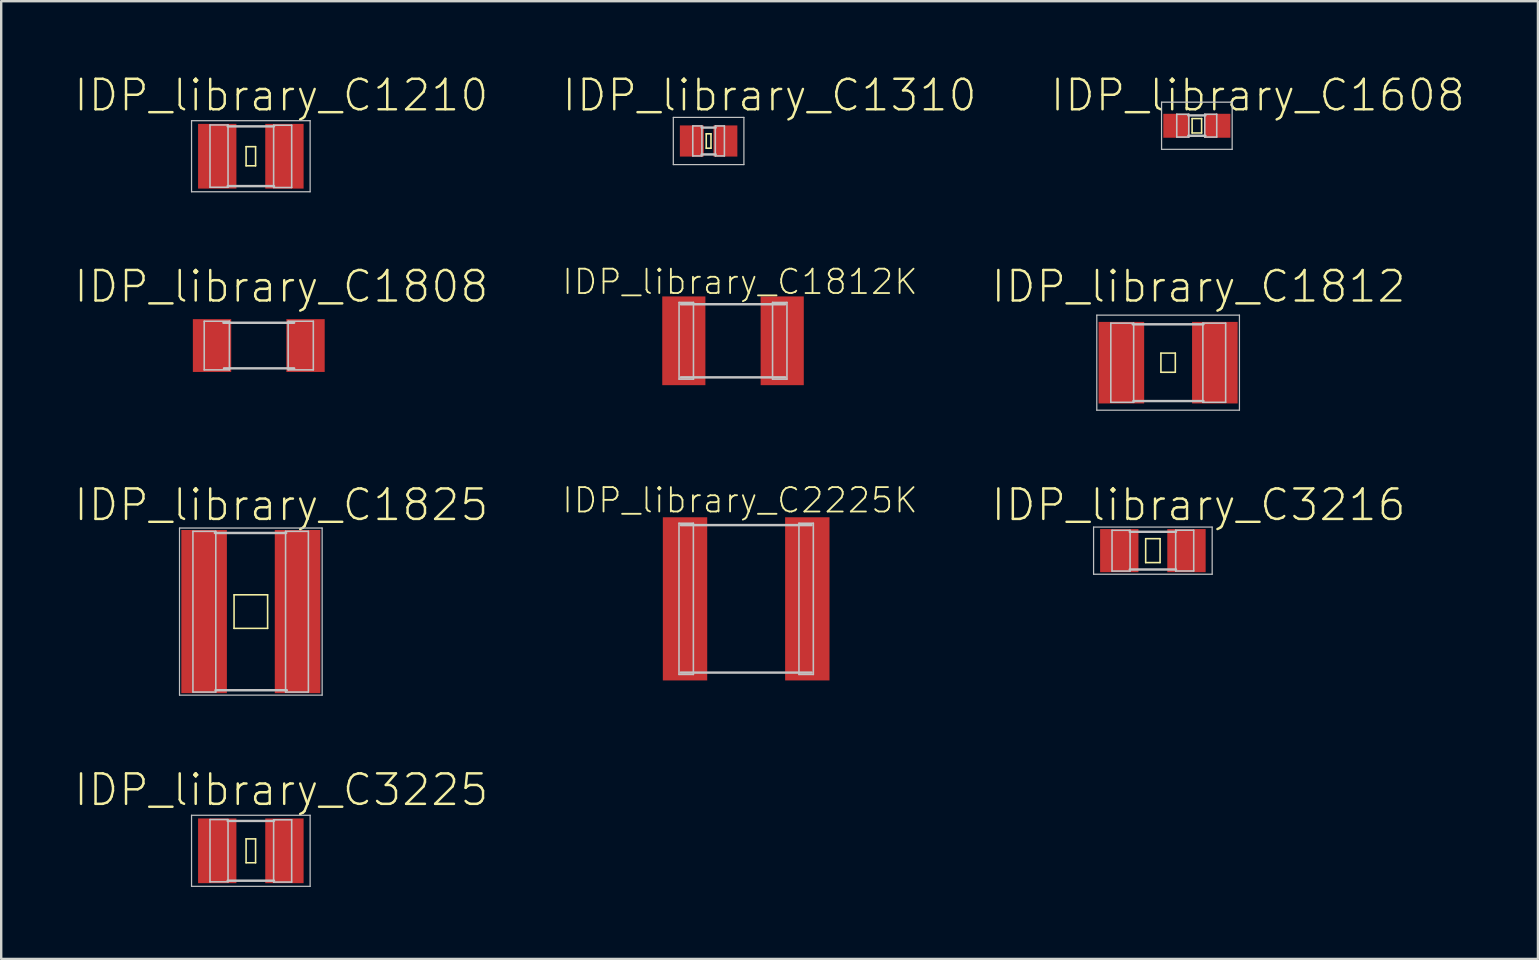
<source format=kicad_pcb>
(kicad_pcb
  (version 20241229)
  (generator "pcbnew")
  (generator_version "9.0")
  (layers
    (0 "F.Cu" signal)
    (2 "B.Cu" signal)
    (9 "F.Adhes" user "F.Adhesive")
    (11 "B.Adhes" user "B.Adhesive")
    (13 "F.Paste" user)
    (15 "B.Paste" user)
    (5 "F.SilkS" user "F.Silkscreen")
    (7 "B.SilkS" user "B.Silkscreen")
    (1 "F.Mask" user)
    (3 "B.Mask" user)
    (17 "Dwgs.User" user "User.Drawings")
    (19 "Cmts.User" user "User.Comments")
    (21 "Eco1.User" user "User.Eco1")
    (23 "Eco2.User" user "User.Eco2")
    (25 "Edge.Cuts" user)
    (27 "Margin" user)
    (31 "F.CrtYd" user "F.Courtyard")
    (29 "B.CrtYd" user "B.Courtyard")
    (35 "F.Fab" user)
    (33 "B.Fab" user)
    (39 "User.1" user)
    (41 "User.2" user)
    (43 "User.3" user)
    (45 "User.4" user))
  (footprint "IDP_library_C1310"
    (layer "F.Cu")
    (at 26.48 2.826)
    (property "Reference" "IDP_library_C1310" (at 2.54 -1.905 0) (layer "F.SilkS") (effects (font (size 1.27 1.27) (thickness 0.102))))
    (attr smd)
    (fp_line (start -0.099 -0.3) (end 0.099 -0.3) (stroke (width 0.066) (type solid)) (layer "F.SilkS"))
    (fp_line (start -0.099 0.3) (end -0.099 -0.3) (stroke (width 0.066) (type solid)) (layer "F.SilkS"))
    (fp_line (start -0.099 0.3) (end 0.099 0.3) (stroke (width 0.066) (type solid)) (layer "F.SilkS"))
    (fp_line (start 0.099 0.3) (end 0.099 -0.3) (stroke (width 0.066) (type solid)) (layer "F.SilkS"))
    (fp_line (start -1.471 -0.983) (end 1.471 -0.983) (stroke (width 0.051) (type solid)) (layer "Dwgs.User"))
    (fp_line (start -1.471 0.983) (end -1.471 -0.983) (stroke (width 0.051) (type solid)) (layer "Dwgs.User"))
    (fp_line (start -0.66 -0.627) (end -0.279 -0.627) (stroke (width 0.066) (type solid)) (layer "Dwgs.User"))
    (fp_line (start -0.66 0.622) (end -0.66 -0.627) (stroke (width 0.066) (type solid)) (layer "Dwgs.User"))
    (fp_line (start -0.66 0.622) (end -0.279 0.622) (stroke (width 0.066) (type solid)) (layer "Dwgs.User"))
    (fp_line (start -0.292 -0.559) (end 0.292 -0.559) (stroke (width 0.102) (type solid)) (layer "Dwgs.User"))
    (fp_line (start -0.292 0.559) (end 0.292 0.559) (stroke (width 0.102) (type solid)) (layer "Dwgs.User"))
    (fp_line (start -0.279 0.622) (end -0.279 -0.627) (stroke (width 0.066) (type solid)) (layer "Dwgs.User"))
    (fp_line (start 0.279 -0.627) (end 0.658 -0.627) (stroke (width 0.066) (type solid)) (layer "Dwgs.User"))
    (fp_line (start 0.279 0.622) (end 0.279 -0.627) (stroke (width 0.066) (type solid)) (layer "Dwgs.User"))
    (fp_line (start 0.279 0.622) (end 0.658 0.622) (stroke (width 0.066) (type solid)) (layer "Dwgs.User"))
    (fp_line (start 0.658 0.622) (end 0.658 -0.627) (stroke (width 0.066) (type solid)) (layer "Dwgs.User"))
    (fp_line (start 1.471 -0.983) (end 1.471 0.983) (stroke (width 0.051) (type solid)) (layer "Dwgs.User"))
    (fp_line (start 1.471 0.983) (end -1.471 0.983) (stroke (width 0.051) (type solid)) (layer "Dwgs.User"))
    (pad "1" smd rect (at -0.699 0) (size 0.998 1.298) (layers "F.Cu" "F.Mask" "F.Paste"))
    (pad "2" smd rect (at 0.699 0) (size 0.998 1.298) (layers "F.Cu" "F.Mask" "F.Paste")))
  (footprint "IDP_library_C1812K"
    (layer "F.Cu")
    (at 27.497 11.152)
    (property "Reference" "IDP_library_C1812K" (at 0.29 -2.456 0) (layer "F.SilkS") (effects (font (size 1.016 1.016) (thickness 0.076))))
    (attr smd)
    (fp_line (start -2.248 -1.598) (end -1.648 -1.598) (stroke (width 0.066) (type solid)) (layer "Dwgs.User"))
    (fp_line (start -2.248 1.598) (end -2.248 -1.598) (stroke (width 0.066) (type solid)) (layer "Dwgs.User"))
    (fp_line (start -2.248 1.598) (end -1.648 1.598) (stroke (width 0.066) (type solid)) (layer "Dwgs.User"))
    (fp_line (start -2.174 -1.524) (end 2.174 -1.524) (stroke (width 0.102) (type solid)) (layer "Dwgs.User"))
    (fp_line (start -1.648 1.598) (end -1.648 -1.598) (stroke (width 0.066) (type solid)) (layer "Dwgs.User"))
    (fp_line (start 1.648 -1.598) (end 2.248 -1.598) (stroke (width 0.066) (type solid)) (layer "Dwgs.User"))
    (fp_line (start 1.648 1.598) (end 1.648 -1.598) (stroke (width 0.066) (type solid)) (layer "Dwgs.User"))
    (fp_line (start 1.648 1.598) (end 2.248 1.598) (stroke (width 0.066) (type solid)) (layer "Dwgs.User"))
    (fp_line (start 2.174 1.524) (end -2.174 1.524) (stroke (width 0.102) (type solid)) (layer "Dwgs.User"))
    (fp_line (start 2.248 1.598) (end 2.248 -1.598) (stroke (width 0.066) (type solid)) (layer "Dwgs.User"))
    (pad "1" smd rect (at -2.05 0) (size 1.798 3.698) (layers "F.Cu" "F.Mask" "F.Paste"))
    (pad "2" smd rect (at 2.05 0) (size 1.798 3.698) (layers "F.Cu" "F.Mask" "F.Paste")))
  (footprint "IDP_library_C1808"
    (layer "F.Cu")
    (at 7.734 11.35)
    (property "Reference" "IDP_library_C1808" (at 0.94 -2.461 0) (layer "F.SilkS") (effects (font (size 1.27 1.27) (thickness 0.102))))
    (attr smd)
    (fp_line (start -2.273 -1.013) (end -1.224 -1.013) (stroke (width 0.066) (type solid)) (layer "Dwgs.User"))
    (fp_line (start -2.273 1.013) (end -2.273 -1.013) (stroke (width 0.066) (type solid)) (layer "Dwgs.User"))
    (fp_line (start -2.273 1.013) (end -1.224 1.013) (stroke (width 0.066) (type solid)) (layer "Dwgs.User"))
    (fp_line (start -1.473 -0.95) (end 1.473 -0.95) (stroke (width 0.102) (type solid)) (layer "Dwgs.User"))
    (fp_line (start -1.448 0.95) (end 1.473 0.95) (stroke (width 0.102) (type solid)) (layer "Dwgs.User"))
    (fp_line (start -1.224 1.013) (end -1.224 -1.013) (stroke (width 0.066) (type solid)) (layer "Dwgs.User"))
    (fp_line (start 1.224 -1.013) (end 2.273 -1.013) (stroke (width 0.066) (type solid)) (layer "Dwgs.User"))
    (fp_line (start 1.224 1.013) (end 1.224 -1.013) (stroke (width 0.066) (type solid)) (layer "Dwgs.User"))
    (fp_line (start 1.224 1.013) (end 2.273 1.013) (stroke (width 0.066) (type solid)) (layer "Dwgs.User"))
    (fp_line (start 2.273 1.013) (end 2.273 -1.013) (stroke (width 0.066) (type solid)) (layer "Dwgs.User"))
    (pad "1" smd rect (at -1.948 0) (size 1.598 2.2) (layers "F.Cu" "F.Mask" "F.Paste"))
    (pad "2" smd rect (at 1.948 0) (size 1.598 2.2) (layers "F.Cu" "F.Mask" "F.Paste")))
  (footprint "IDP_library_C3216"
    (layer "F.Cu")
    (at 44.994 19.897)
    (property "Reference" "IDP_library_C3216" (at 1.905 -1.905 0) (layer "F.SilkS") (effects (font (size 1.27 1.27) (thickness 0.102))))
    (attr smd)
    (fp_line (start -0.3 -0.498) (end 0.3 -0.498) (stroke (width 0.066) (type solid)) (layer "F.SilkS"))
    (fp_line (start -0.3 0.498) (end -0.3 -0.498) (stroke (width 0.066) (type solid)) (layer "F.SilkS"))
    (fp_line (start -0.3 0.498) (end 0.3 0.498) (stroke (width 0.066) (type solid)) (layer "F.SilkS"))
    (fp_line (start 0.3 0.498) (end 0.3 -0.498) (stroke (width 0.066) (type solid)) (layer "F.SilkS"))
    (fp_line (start -2.471 -0.983) (end 2.471 -0.983) (stroke (width 0.051) (type solid)) (layer "Dwgs.User"))
    (fp_line (start -2.471 0.983) (end -2.471 -0.983) (stroke (width 0.051) (type solid)) (layer "Dwgs.User"))
    (fp_line (start -1.702 -0.848) (end -0.95 -0.848) (stroke (width 0.066) (type solid)) (layer "Dwgs.User"))
    (fp_line (start -1.702 0.851) (end -1.702 -0.848) (stroke (width 0.066) (type solid)) (layer "Dwgs.User"))
    (fp_line (start -1.702 0.851) (end -0.95 0.851) (stroke (width 0.066) (type solid)) (layer "Dwgs.User"))
    (fp_line (start -0.963 -0.785) (end 0.963 -0.785) (stroke (width 0.102) (type solid)) (layer "Dwgs.User"))
    (fp_line (start -0.963 0.785) (end 0.963 0.785) (stroke (width 0.102) (type solid)) (layer "Dwgs.User"))
    (fp_line (start -0.95 0.851) (end -0.95 -0.848) (stroke (width 0.066) (type solid)) (layer "Dwgs.User"))
    (fp_line (start 0.95 -0.851) (end 1.702 -0.851) (stroke (width 0.066) (type solid)) (layer "Dwgs.User"))
    (fp_line (start 0.95 0.848) (end 0.95 -0.851) (stroke (width 0.066) (type solid)) (layer "Dwgs.User"))
    (fp_line (start 0.95 0.848) (end 1.702 0.848) (stroke (width 0.066) (type solid)) (layer "Dwgs.User"))
    (fp_line (start 1.702 0.848) (end 1.702 -0.851) (stroke (width 0.066) (type solid)) (layer "Dwgs.User"))
    (fp_line (start 2.471 -0.983) (end 2.471 0.983) (stroke (width 0.051) (type solid)) (layer "Dwgs.User"))
    (fp_line (start 2.471 0.983) (end -2.471 0.983) (stroke (width 0.051) (type solid)) (layer "Dwgs.User"))
    (pad "1" smd rect (at -1.4 0) (size 1.598 1.798) (layers "F.Cu" "F.Mask" "F.Paste"))
    (pad "2" smd rect (at 1.4 0) (size 1.598 1.798) (layers "F.Cu" "F.Mask" "F.Paste")))
  (footprint "IDP_library_C1812"
    (layer "F.Cu")
    (at 45.629 12.064)
    (property "Reference" "IDP_library_C1812" (at 1.27 -3.175 0) (layer "F.SilkS") (effects (font (size 1.27 1.27) (thickness 0.102))))
    (attr smd)
    (fp_line (start -0.3 -0.399) (end 0.3 -0.399) (stroke (width 0.066) (type solid)) (layer "F.SilkS"))
    (fp_line (start -0.3 0.399) (end -0.3 -0.399) (stroke (width 0.066) (type solid)) (layer "F.SilkS"))
    (fp_line (start -0.3 0.399) (end 0.3 0.399) (stroke (width 0.066) (type solid)) (layer "F.SilkS"))
    (fp_line (start 0.3 0.399) (end 0.3 -0.399) (stroke (width 0.066) (type solid)) (layer "F.SilkS"))
    (fp_line (start -2.972 -1.981) (end 2.972 -1.981) (stroke (width 0.051) (type solid)) (layer "Dwgs.User"))
    (fp_line (start -2.972 1.981) (end -2.972 -1.981) (stroke (width 0.051) (type solid)) (layer "Dwgs.User"))
    (fp_line (start -2.388 -1.648) (end -1.435 -1.648) (stroke (width 0.066) (type solid)) (layer "Dwgs.User"))
    (fp_line (start -2.388 1.651) (end -2.388 -1.648) (stroke (width 0.066) (type solid)) (layer "Dwgs.User"))
    (fp_line (start -2.388 1.651) (end -1.435 1.651) (stroke (width 0.066) (type solid)) (layer "Dwgs.User"))
    (fp_line (start -1.473 -1.6) (end 1.473 -1.6) (stroke (width 0.102) (type solid)) (layer "Dwgs.User"))
    (fp_line (start -1.448 1.6) (end 1.473 1.6) (stroke (width 0.102) (type solid)) (layer "Dwgs.User"))
    (fp_line (start -1.435 1.651) (end -1.435 -1.648) (stroke (width 0.066) (type solid)) (layer "Dwgs.User"))
    (fp_line (start 1.448 -1.648) (end 2.398 -1.648) (stroke (width 0.066) (type solid)) (layer "Dwgs.User"))
    (fp_line (start 1.448 1.651) (end 1.448 -1.648) (stroke (width 0.066) (type solid)) (layer "Dwgs.User"))
    (fp_line (start 1.448 1.651) (end 2.398 1.651) (stroke (width 0.066) (type solid)) (layer "Dwgs.User"))
    (fp_line (start 2.398 1.651) (end 2.398 -1.648) (stroke (width 0.066) (type solid)) (layer "Dwgs.User"))
    (fp_line (start 2.972 -1.981) (end 2.972 1.981) (stroke (width 0.051) (type solid)) (layer "Dwgs.User"))
    (fp_line (start 2.972 1.981) (end -2.972 1.981) (stroke (width 0.051) (type solid)) (layer "Dwgs.User"))
    (pad "1" smd rect (at -1.948 0) (size 1.9 3.399) (layers "F.Cu" "F.Mask" "F.Paste"))
    (pad "2" smd rect (at 1.948 0) (size 1.9 3.399) (layers "F.Cu" "F.Mask" "F.Paste")))
  (footprint "IDP_library_C1825"
    (layer "F.Cu")
    (at 7.403 22.437)
    (property "Reference" "IDP_library_C1825" (at 1.27 -4.445 0) (layer "F.SilkS") (effects (font (size 1.27 1.27) (thickness 0.102))))
    (attr smd)
    (fp_line (start -0.699 -0.699) (end 0.699 -0.699) (stroke (width 0.066) (type solid)) (layer "F.SilkS"))
    (fp_line (start -0.699 0.699) (end -0.699 -0.699) (stroke (width 0.066) (type solid)) (layer "F.SilkS"))
    (fp_line (start -0.699 0.699) (end 0.699 0.699) (stroke (width 0.066) (type solid)) (layer "F.SilkS"))
    (fp_line (start 0.699 0.699) (end 0.699 -0.699) (stroke (width 0.066) (type solid)) (layer "F.SilkS"))
    (fp_line (start -2.972 -3.482) (end 2.972 -3.482) (stroke (width 0.051) (type solid)) (layer "Dwgs.User"))
    (fp_line (start -2.972 3.482) (end -2.972 -3.482) (stroke (width 0.051) (type solid)) (layer "Dwgs.User"))
    (fp_line (start -2.413 -3.345) (end -1.46 -3.345) (stroke (width 0.066) (type solid)) (layer "Dwgs.User"))
    (fp_line (start -2.413 3.353) (end -2.413 -3.345) (stroke (width 0.066) (type solid)) (layer "Dwgs.User"))
    (fp_line (start -2.413 3.353) (end -1.46 3.353) (stroke (width 0.066) (type solid)) (layer "Dwgs.User"))
    (fp_line (start -1.499 -3.277) (end 1.473 -3.277) (stroke (width 0.102) (type solid)) (layer "Dwgs.User"))
    (fp_line (start -1.473 3.277) (end 1.499 3.277) (stroke (width 0.102) (type solid)) (layer "Dwgs.User"))
    (fp_line (start -1.46 3.353) (end -1.46 -3.345) (stroke (width 0.066) (type solid)) (layer "Dwgs.User"))
    (fp_line (start 1.448 -3.345) (end 2.398 -3.345) (stroke (width 0.066) (type solid)) (layer "Dwgs.User"))
    (fp_line (start 1.448 3.353) (end 1.448 -3.345) (stroke (width 0.066) (type solid)) (layer "Dwgs.User"))
    (fp_line (start 1.448 3.353) (end 2.398 3.353) (stroke (width 0.066) (type solid)) (layer "Dwgs.User"))
    (fp_line (start 2.398 3.353) (end 2.398 -3.345) (stroke (width 0.066) (type solid)) (layer "Dwgs.User"))
    (fp_line (start 2.972 -3.482) (end 2.972 3.482) (stroke (width 0.051) (type solid)) (layer "Dwgs.User"))
    (fp_line (start 2.972 3.482) (end -2.972 3.482) (stroke (width 0.051) (type solid)) (layer "Dwgs.User"))
    (pad "1" smd rect (at -1.948 0) (size 1.9 6.8) (layers "F.Cu" "F.Mask" "F.Paste"))
    (pad "2" smd rect (at 1.948 0) (size 1.9 6.8) (layers "F.Cu" "F.Mask" "F.Paste")))
  (footprint "IDP_library_C3225"
    (layer "F.Cu")
    (at 7.403 32.406)
    (property "Reference" "IDP_library_C3225" (at 1.27 -2.54 0) (layer "F.SilkS") (effects (font (size 1.27 1.27) (thickness 0.102))))
    (attr smd)
    (fp_line (start -0.198 -0.498) (end 0.198 -0.498) (stroke (width 0.066) (type solid)) (layer "F.SilkS"))
    (fp_line (start -0.198 0.498) (end -0.198 -0.498) (stroke (width 0.066) (type solid)) (layer "F.SilkS"))
    (fp_line (start -0.198 0.498) (end 0.198 0.498) (stroke (width 0.066) (type solid)) (layer "F.SilkS"))
    (fp_line (start 0.198 0.498) (end 0.198 -0.498) (stroke (width 0.066) (type solid)) (layer "F.SilkS"))
    (fp_line (start -2.471 -1.481) (end 2.471 -1.481) (stroke (width 0.051) (type solid)) (layer "Dwgs.User"))
    (fp_line (start -2.471 1.481) (end -2.471 -1.481) (stroke (width 0.051) (type solid)) (layer "Dwgs.User"))
    (fp_line (start -1.702 -1.303) (end -0.95 -1.303) (stroke (width 0.066) (type solid)) (layer "Dwgs.User"))
    (fp_line (start -1.702 1.293) (end -1.702 -1.303) (stroke (width 0.066) (type solid)) (layer "Dwgs.User"))
    (fp_line (start -1.702 1.293) (end -0.95 1.293) (stroke (width 0.066) (type solid)) (layer "Dwgs.User"))
    (fp_line (start -0.965 -1.245) (end 0.965 -1.245) (stroke (width 0.102) (type solid)) (layer "Dwgs.User"))
    (fp_line (start -0.965 1.245) (end 0.965 1.245) (stroke (width 0.102) (type solid)) (layer "Dwgs.User"))
    (fp_line (start -0.95 1.293) (end -0.95 -1.303) (stroke (width 0.066) (type solid)) (layer "Dwgs.User"))
    (fp_line (start 0.95 -1.293) (end 1.702 -1.293) (stroke (width 0.066) (type solid)) (layer "Dwgs.User"))
    (fp_line (start 0.95 1.303) (end 0.95 -1.293) (stroke (width 0.066) (type solid)) (layer "Dwgs.User"))
    (fp_line (start 0.95 1.303) (end 1.702 1.303) (stroke (width 0.066) (type solid)) (layer "Dwgs.User"))
    (fp_line (start 1.702 1.303) (end 1.702 -1.293) (stroke (width 0.066) (type solid)) (layer "Dwgs.User"))
    (fp_line (start 2.471 -1.481) (end 2.471 1.481) (stroke (width 0.051) (type solid)) (layer "Dwgs.User"))
    (fp_line (start 2.471 1.481) (end -2.471 1.481) (stroke (width 0.051) (type solid)) (layer "Dwgs.User"))
    (pad "1" smd rect (at -1.4 0) (size 1.598 2.697) (layers "F.Cu" "F.Mask" "F.Paste"))
    (pad "2" smd rect (at 1.4 0) (size 1.598 2.697) (layers "F.Cu" "F.Mask" "F.Paste")))
  (footprint "IDP_library_C1210"
    (layer "F.Cu")
    (at 7.403 3.461)
    (property "Reference" "IDP_library_C1210" (at 1.27 -2.54 0) (layer "F.SilkS") (effects (font (size 1.27 1.27) (thickness 0.102))))
    (attr smd)
    (fp_line (start -0.198 -0.399) (end 0.198 -0.399) (stroke (width 0.066) (type solid)) (layer "F.SilkS"))
    (fp_line (start -0.198 0.399) (end -0.198 -0.399) (stroke (width 0.066) (type solid)) (layer "F.SilkS"))
    (fp_line (start -0.198 0.399) (end 0.198 0.399) (stroke (width 0.066) (type solid)) (layer "F.SilkS"))
    (fp_line (start 0.198 0.399) (end 0.198 -0.399) (stroke (width 0.066) (type solid)) (layer "F.SilkS"))
    (fp_line (start -2.471 -1.481) (end 2.471 -1.481) (stroke (width 0.051) (type solid)) (layer "Dwgs.User"))
    (fp_line (start -2.471 1.481) (end -2.471 -1.481) (stroke (width 0.051) (type solid)) (layer "Dwgs.User"))
    (fp_line (start -1.702 -1.303) (end -0.95 -1.303) (stroke (width 0.066) (type solid)) (layer "Dwgs.User"))
    (fp_line (start -1.702 1.293) (end -1.702 -1.303) (stroke (width 0.066) (type solid)) (layer "Dwgs.User"))
    (fp_line (start -1.702 1.293) (end -0.95 1.293) (stroke (width 0.066) (type solid)) (layer "Dwgs.User"))
    (fp_line (start -0.965 -1.245) (end 0.965 -1.245) (stroke (width 0.102) (type solid)) (layer "Dwgs.User"))
    (fp_line (start -0.965 1.245) (end 0.965 1.245) (stroke (width 0.102) (type solid)) (layer "Dwgs.User"))
    (fp_line (start -0.95 1.293) (end -0.95 -1.303) (stroke (width 0.066) (type solid)) (layer "Dwgs.User"))
    (fp_line (start 0.95 -1.293) (end 1.702 -1.293) (stroke (width 0.066) (type solid)) (layer "Dwgs.User"))
    (fp_line (start 0.95 1.303) (end 0.95 -1.293) (stroke (width 0.066) (type solid)) (layer "Dwgs.User"))
    (fp_line (start 0.95 1.303) (end 1.702 1.303) (stroke (width 0.066) (type solid)) (layer "Dwgs.User"))
    (fp_line (start 1.702 1.303) (end 1.702 -1.293) (stroke (width 0.066) (type solid)) (layer "Dwgs.User"))
    (fp_line (start 2.471 -1.481) (end 2.471 1.481) (stroke (width 0.051) (type solid)) (layer "Dwgs.User"))
    (fp_line (start 2.471 1.481) (end -2.471 1.481) (stroke (width 0.051) (type solid)) (layer "Dwgs.User"))
    (pad "1" smd rect (at -1.4 0) (size 1.598 2.697) (layers "F.Cu" "F.Mask" "F.Paste"))
    (pad "2" smd rect (at 1.4 0) (size 1.598 2.697) (layers "F.Cu" "F.Mask" "F.Paste")))
  (footprint "IDP_library_C1608"
    (layer "F.Cu")
    (at 46.827 2.191)
    (property "Reference" "IDP_library_C1608" (at 2.54 -1.27 0) (layer "F.SilkS") (effects (font (size 1.27 1.27) (thickness 0.102))))
    (attr smd)
    (fp_line (start -0.198 -0.3) (end 0.198 -0.3) (stroke (width 0.066) (type solid)) (layer "F.SilkS"))
    (fp_line (start -0.198 0.3) (end -0.198 -0.3) (stroke (width 0.066) (type solid)) (layer "F.SilkS"))
    (fp_line (start -0.198 0.3) (end 0.198 0.3) (stroke (width 0.066) (type solid)) (layer "F.SilkS"))
    (fp_line (start 0.198 0.3) (end 0.198 -0.3) (stroke (width 0.066) (type solid)) (layer "F.SilkS"))
    (fp_line (start -1.471 -0.983) (end 1.471 -0.983) (stroke (width 0.051) (type solid)) (layer "Dwgs.User"))
    (fp_line (start -1.471 0.983) (end -1.471 -0.983) (stroke (width 0.051) (type solid)) (layer "Dwgs.User"))
    (fp_line (start -0.838 -0.48) (end -0.338 -0.48) (stroke (width 0.066) (type solid)) (layer "Dwgs.User"))
    (fp_line (start -0.838 0.47) (end -0.838 -0.48) (stroke (width 0.066) (type solid)) (layer "Dwgs.User"))
    (fp_line (start -0.838 0.47) (end -0.338 0.47) (stroke (width 0.066) (type solid)) (layer "Dwgs.User"))
    (fp_line (start -0.356 -0.432) (end 0.356 -0.432) (stroke (width 0.102) (type solid)) (layer "Dwgs.User"))
    (fp_line (start -0.356 0.417) (end 0.356 0.417) (stroke (width 0.102) (type solid)) (layer "Dwgs.User"))
    (fp_line (start -0.338 0.47) (end -0.338 -0.48) (stroke (width 0.066) (type solid)) (layer "Dwgs.User"))
    (fp_line (start 0.33 -0.48) (end 0.828 -0.48) (stroke (width 0.066) (type solid)) (layer "Dwgs.User"))
    (fp_line (start 0.33 0.47) (end 0.33 -0.48) (stroke (width 0.066) (type solid)) (layer "Dwgs.User"))
    (fp_line (start 0.33 0.47) (end 0.828 0.47) (stroke (width 0.066) (type solid)) (layer "Dwgs.User"))
    (fp_line (start 0.828 0.47) (end 0.828 -0.48) (stroke (width 0.066) (type solid)) (layer "Dwgs.User"))
    (fp_line (start 1.471 -0.983) (end 1.471 0.983) (stroke (width 0.051) (type solid)) (layer "Dwgs.User"))
    (fp_line (start 1.471 0.983) (end -1.471 0.983) (stroke (width 0.051) (type solid)) (layer "Dwgs.User"))
    (pad "1" smd rect (at -0.848 0) (size 1.1 0.998) (layers "F.Cu" "F.Mask" "F.Paste"))
    (pad "2" smd rect (at 0.848 0) (size 1.1 0.998) (layers "F.Cu" "F.Mask" "F.Paste")))
  (footprint "IDP_library_C2225K"
    (layer "F.Cu")
    (at 28.045 21.906)
    (property "Reference" "IDP_library_C2225K" (at -0.259 -4.107 0) (layer "F.SilkS") (effects (font (size 1.016 1.016) (thickness 0.076))))
    (attr smd)
    (fp_line (start -2.799 -3.15) (end -2.2 -3.15) (stroke (width 0.066) (type solid)) (layer "Dwgs.User"))
    (fp_line (start -2.799 3.15) (end -2.799 -3.15) (stroke (width 0.066) (type solid)) (layer "Dwgs.User"))
    (fp_line (start -2.799 3.15) (end -2.2 3.15) (stroke (width 0.066) (type solid)) (layer "Dwgs.User"))
    (fp_line (start -2.723 -3.073) (end 2.723 -3.073) (stroke (width 0.102) (type solid)) (layer "Dwgs.User"))
    (fp_line (start -2.2 3.15) (end -2.2 -3.15) (stroke (width 0.066) (type solid)) (layer "Dwgs.User"))
    (fp_line (start 2.2 -3.15) (end 2.799 -3.15) (stroke (width 0.066) (type solid)) (layer "Dwgs.User"))
    (fp_line (start 2.2 3.15) (end 2.2 -3.15) (stroke (width 0.066) (type solid)) (layer "Dwgs.User"))
    (fp_line (start 2.2 3.15) (end 2.799 3.15) (stroke (width 0.066) (type solid)) (layer "Dwgs.User"))
    (fp_line (start 2.723 3.073) (end -2.723 3.073) (stroke (width 0.102) (type solid)) (layer "Dwgs.User"))
    (fp_line (start 2.799 3.15) (end 2.799 -3.15) (stroke (width 0.066) (type solid)) (layer "Dwgs.User"))
    (pad "1" smd rect (at -2.548 0) (size 1.849 6.8) (layers "F.Cu" "F.Mask" "F.Paste"))
    (pad "2" smd rect (at 2.548 0) (size 1.849 6.8) (layers "F.Cu" "F.Mask" "F.Paste")))
  (gr_rect
    (start -3 -3)
    (end 61.041 36.912)
    (stroke (width 0.1) (type default))
    (fill no)
    (layer "Edge.Cuts")))
</source>
